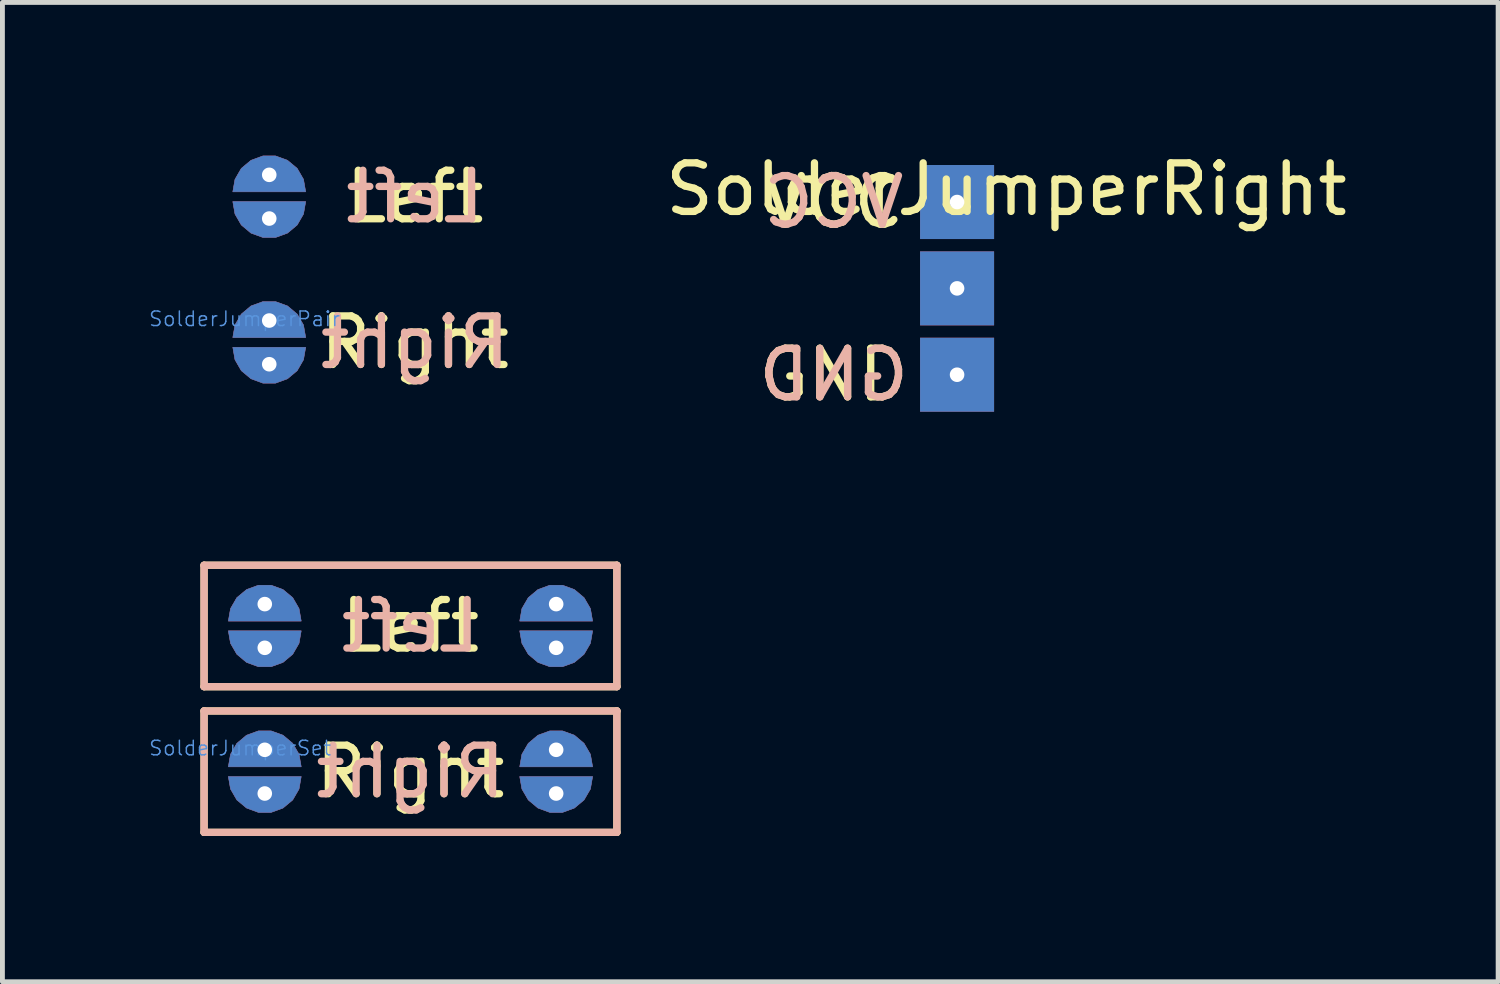
<source format=kicad_pcb>
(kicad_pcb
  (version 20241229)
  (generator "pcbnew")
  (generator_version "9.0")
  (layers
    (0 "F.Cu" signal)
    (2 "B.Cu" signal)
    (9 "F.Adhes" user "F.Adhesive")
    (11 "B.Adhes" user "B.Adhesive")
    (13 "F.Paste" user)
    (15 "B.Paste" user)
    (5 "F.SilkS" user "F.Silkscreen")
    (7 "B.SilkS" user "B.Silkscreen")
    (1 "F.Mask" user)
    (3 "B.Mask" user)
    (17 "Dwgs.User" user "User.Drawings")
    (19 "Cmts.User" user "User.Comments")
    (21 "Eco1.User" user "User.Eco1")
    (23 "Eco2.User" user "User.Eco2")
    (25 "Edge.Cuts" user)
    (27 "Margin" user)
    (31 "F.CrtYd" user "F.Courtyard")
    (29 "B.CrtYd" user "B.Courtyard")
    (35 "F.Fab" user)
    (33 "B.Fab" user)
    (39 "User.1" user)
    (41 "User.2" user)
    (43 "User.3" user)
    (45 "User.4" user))
  (footprint "SolderJumperPair"
    (layer "F.Cu")
    (at 2.494 2.5)
    (property "Reference" "SolderJumperPair" (at -0.508 1.016 0) (layer "Cmts.User") (effects (font (size 0.3 0.3) (thickness 0.03))))
    (attr through_hole)
    (fp_poly (pts (xy -0.75 -1.4) (xy -0.705 -1.143) (xy -0.575 -0.918) (xy -0.375 -0.75) (xy -0.13 -0.661) (xy 0.13 -0.661) (xy 0.375 -0.75) (xy 0.575 -0.918) (xy 0.705 -1.143) (xy 0.75 -1.4) (xy -0.75 -1.4)) (stroke (width 0.01) (type solid)) (fill yes) (layer "F.Cu"))
    (fp_poly (pts (xy -0.75 1.6) (xy -0.705 1.857) (xy -0.575 2.082) (xy -0.375 2.249) (xy -0.13 2.339) (xy 0.13 2.339) (xy 0.375 2.249) (xy 0.575 2.082) (xy 0.705 1.857) (xy 0.75 1.6) (xy -0.75 1.6)) (stroke (width 0.01) (type solid)) (fill yes) (layer "F.Cu"))
    (fp_poly (pts (xy 0.75 -1.6) (xy 0.705 -1.857) (xy 0.575 -2.082) (xy 0.375 -2.249) (xy 0.13 -2.339) (xy -0.13 -2.339) (xy -0.375 -2.249) (xy -0.575 -2.082) (xy -0.705 -1.857) (xy -0.75 -1.6) (xy 0.75 -1.6)) (stroke (width 0.01) (type solid)) (fill yes) (layer "F.Cu"))
    (fp_poly (pts (xy 0.75 1.4) (xy 0.705 1.143) (xy 0.575 0.918) (xy 0.375 0.75) (xy 0.13 0.661) (xy -0.13 0.661) (xy -0.375 0.75) (xy -0.575 0.918) (xy -0.705 1.143) (xy -0.75 1.4) (xy 0.75 1.4)) (stroke (width 0.01) (type solid)) (fill yes) (layer "F.Cu"))
    (fp_poly (pts (xy -0.75 -1.4) (xy -0.705 -1.143) (xy -0.575 -0.918) (xy -0.375 -0.75) (xy -0.13 -0.661) (xy 0.13 -0.661) (xy 0.375 -0.75) (xy 0.575 -0.918) (xy 0.705 -1.143) (xy 0.75 -1.4) (xy -0.75 -1.4)) (stroke (width 0.01) (type solid)) (fill yes) (layer "B.Cu"))
    (fp_poly (pts (xy -0.75 1.6) (xy -0.705 1.857) (xy -0.575 2.082) (xy -0.375 2.249) (xy -0.13 2.339) (xy 0.13 2.339) (xy 0.375 2.249) (xy 0.575 2.082) (xy 0.705 1.857) (xy 0.75 1.6) (xy -0.75 1.6)) (stroke (width 0.01) (type solid)) (fill yes) (layer "B.Cu"))
    (fp_poly (pts (xy 0.75 -1.6) (xy 0.705 -1.857) (xy 0.575 -2.082) (xy 0.375 -2.249) (xy 0.13 -2.339) (xy -0.13 -2.339) (xy -0.375 -2.249) (xy -0.575 -2.082) (xy -0.705 -1.857) (xy -0.75 -1.6) (xy 0.75 -1.6)) (stroke (width 0.01) (type solid)) (fill yes) (layer "B.Cu"))
    (fp_poly (pts (xy 0.75 1.4) (xy 0.705 1.143) (xy 0.575 0.918) (xy 0.375 0.75) (xy 0.13 0.661) (xy -0.13 0.661) (xy -0.375 0.75) (xy -0.575 0.918) (xy -0.705 1.143) (xy -0.75 1.4) (xy 0.75 1.4)) (stroke (width 0.01) (type solid)) (fill yes) (layer "B.Cu"))
    (fp_text user "Right" (at 3 1.5 0) (layer "F.SilkS") (effects (font (size 1 1) (thickness 0.15))))
    (fp_text user "Left" (at 3 -1.5 0) (layer "F.SilkS") (effects (font (size 1 1) (thickness 0.15))))
    (fp_text user "Left" (at 3 -1.5 0) (layer "B.SilkS") (effects (font (size 1 1) (thickness 0.15)) (justify mirror)))
    (fp_text user "Right" (at 3 1.5 0) (layer "B.SilkS") (effects (font (size 1 1) (thickness 0.15)) (justify mirror)))
    (pad "" smd circle (at 0 -1.5) (size 2 2) (layers "*.Mask"))
    (pad "" smd circle (at 0 1.5) (size 2 2) (layers "*.Mask"))
    (pad "1" thru_hole circle (at 0 -1.95) (size 0.4 0.4) (drill 0.3) (layers "*.Cu" "*.Mask"))
    (pad "2" thru_hole circle (at 0 -1.05) (size 0.4 0.4) (drill 0.3) (layers "*.Cu" "*.Mask"))
    (pad "2" thru_hole circle (at 0 1.05) (size 0.4 0.4) (drill 0.3) (layers "*.Cu" "*.Mask"))
    (pad "3" thru_hole circle (at 0 1.95) (size 0.4 0.4) (drill 0.3) (layers "*.Cu" "*.Mask")))
  (footprint "SolderJumperSet"
    (layer "F.Cu")
    (at 2.402 11.339)
    (property "Reference" "SolderJumperSet" (at -0.508 1.016 0) (layer "Cmts.User") (effects (font (size 0.3 0.3) (thickness 0.03))))
    (attr through_hole)
    (fp_poly (pts (xy -0.75 -1.4) (xy -0.705 -1.143) (xy -0.575 -0.918) (xy -0.375 -0.75) (xy -0.13 -0.661) (xy 0.13 -0.661) (xy 0.375 -0.75) (xy 0.575 -0.918) (xy 0.705 -1.143) (xy 0.75 -1.4) (xy -0.75 -1.4)) (stroke (width 0.01) (type solid)) (fill yes) (layer "F.Cu"))
    (fp_poly (pts (xy -0.75 1.6) (xy -0.705 1.857) (xy -0.575 2.082) (xy -0.375 2.249) (xy -0.13 2.339) (xy 0.13 2.339) (xy 0.375 2.249) (xy 0.575 2.082) (xy 0.705 1.857) (xy 0.75 1.6) (xy -0.75 1.6)) (stroke (width 0.01) (type solid)) (fill yes) (layer "F.Cu"))
    (fp_poly (pts (xy 0.75 -1.6) (xy 0.705 -1.857) (xy 0.575 -2.082) (xy 0.375 -2.249) (xy 0.13 -2.339) (xy -0.13 -2.339) (xy -0.375 -2.249) (xy -0.575 -2.082) (xy -0.705 -1.857) (xy -0.75 -1.6) (xy 0.75 -1.6)) (stroke (width 0.01) (type solid)) (fill yes) (layer "F.Cu"))
    (fp_poly (pts (xy 0.75 1.4) (xy 0.705 1.143) (xy 0.575 0.918) (xy 0.375 0.75) (xy 0.13 0.661) (xy -0.13 0.661) (xy -0.375 0.75) (xy -0.575 0.918) (xy -0.705 1.143) (xy -0.75 1.4) (xy 0.75 1.4)) (stroke (width 0.01) (type solid)) (fill yes) (layer "F.Cu"))
    (fp_poly (pts (xy 5.25 -1.4) (xy 5.295 -1.143) (xy 5.426 -0.918) (xy 5.625 -0.75) (xy 5.87 -0.661) (xy 6.13 -0.661) (xy 6.375 -0.75) (xy 6.574 -0.918) (xy 6.705 -1.143) (xy 6.75 -1.4) (xy 5.25 -1.4)) (stroke (width 0.01) (type solid)) (fill yes) (layer "F.Cu"))
    (fp_poly (pts (xy 5.25 1.6) (xy 5.295 1.857) (xy 5.426 2.082) (xy 5.625 2.249) (xy 5.87 2.339) (xy 6.13 2.339) (xy 6.375 2.249) (xy 6.574 2.082) (xy 6.705 1.857) (xy 6.75 1.6) (xy 5.25 1.6)) (stroke (width 0.01) (type solid)) (fill yes) (layer "F.Cu"))
    (fp_poly (pts (xy 6.75 -1.6) (xy 6.705 -1.857) (xy 6.574 -2.082) (xy 6.375 -2.249) (xy 6.13 -2.339) (xy 5.87 -2.339) (xy 5.625 -2.249) (xy 5.426 -2.082) (xy 5.295 -1.857) (xy 5.25 -1.6) (xy 6.75 -1.6)) (stroke (width 0.01) (type solid)) (fill yes) (layer "F.Cu"))
    (fp_poly (pts (xy 6.75 1.4) (xy 6.705 1.143) (xy 6.574 0.918) (xy 6.375 0.75) (xy 6.13 0.661) (xy 5.87 0.661) (xy 5.625 0.75) (xy 5.426 0.918) (xy 5.295 1.143) (xy 5.25 1.4) (xy 6.75 1.4)) (stroke (width 0.01) (type solid)) (fill yes) (layer "F.Cu"))
    (fp_poly (pts (xy -0.75 -1.4) (xy -0.705 -1.143) (xy -0.575 -0.918) (xy -0.375 -0.75) (xy -0.13 -0.661) (xy 0.13 -0.661) (xy 0.375 -0.75) (xy 0.575 -0.918) (xy 0.705 -1.143) (xy 0.75 -1.4) (xy -0.75 -1.4)) (stroke (width 0.01) (type solid)) (fill yes) (layer "B.Cu"))
    (fp_poly (pts (xy -0.75 1.6) (xy -0.705 1.857) (xy -0.575 2.082) (xy -0.375 2.249) (xy -0.13 2.339) (xy 0.13 2.339) (xy 0.375 2.249) (xy 0.575 2.082) (xy 0.705 1.857) (xy 0.75 1.6) (xy -0.75 1.6)) (stroke (width 0.01) (type solid)) (fill yes) (layer "B.Cu"))
    (fp_poly (pts (xy 0.75 -1.6) (xy 0.705 -1.857) (xy 0.575 -2.082) (xy 0.375 -2.249) (xy 0.13 -2.339) (xy -0.13 -2.339) (xy -0.375 -2.249) (xy -0.575 -2.082) (xy -0.705 -1.857) (xy -0.75 -1.6) (xy 0.75 -1.6)) (stroke (width 0.01) (type solid)) (fill yes) (layer "B.Cu"))
    (fp_poly (pts (xy 0.75 1.4) (xy 0.705 1.143) (xy 0.575 0.918) (xy 0.375 0.75) (xy 0.13 0.661) (xy -0.13 0.661) (xy -0.375 0.75) (xy -0.575 0.918) (xy -0.705 1.143) (xy -0.75 1.4) (xy 0.75 1.4)) (stroke (width 0.01) (type solid)) (fill yes) (layer "B.Cu"))
    (fp_poly (pts (xy 5.25 -1.4) (xy 5.295 -1.143) (xy 5.426 -0.918) (xy 5.625 -0.75) (xy 5.87 -0.661) (xy 6.13 -0.661) (xy 6.375 -0.75) (xy 6.574 -0.918) (xy 6.705 -1.143) (xy 6.75 -1.4) (xy 5.25 -1.4)) (stroke (width 0.01) (type solid)) (fill yes) (layer "B.Cu"))
    (fp_poly (pts (xy 5.25 1.6) (xy 5.295 1.857) (xy 5.426 2.082) (xy 5.625 2.249) (xy 5.87 2.339) (xy 6.13 2.339) (xy 6.375 2.249) (xy 6.574 2.082) (xy 6.705 1.857) (xy 6.75 1.6) (xy 5.25 1.6)) (stroke (width 0.01) (type solid)) (fill yes) (layer "B.Cu"))
    (fp_poly (pts (xy 6.75 -1.6) (xy 6.705 -1.857) (xy 6.574 -2.082) (xy 6.375 -2.249) (xy 6.13 -2.339) (xy 5.87 -2.339) (xy 5.625 -2.249) (xy 5.426 -2.082) (xy 5.295 -1.857) (xy 5.25 -1.6) (xy 6.75 -1.6)) (stroke (width 0.01) (type solid)) (fill yes) (layer "B.Cu"))
    (fp_poly (pts (xy 6.75 1.4) (xy 6.705 1.143) (xy 6.574 0.918) (xy 6.375 0.75) (xy 6.13 0.661) (xy 5.87 0.661) (xy 5.625 0.75) (xy 5.426 0.918) (xy 5.295 1.143) (xy 5.25 1.4) (xy 6.75 1.4)) (stroke (width 0.01) (type solid)) (fill yes) (layer "B.Cu"))
    (fp_line (start -1.25 -2.75) (end 7.25 -2.75) (stroke (width 0.15) (type solid)) (layer "F.SilkS"))
    (fp_line (start -1.25 -0.25) (end -1.25 -2.75) (stroke (width 0.15) (type solid)) (layer "F.SilkS"))
    (fp_line (start -1.25 0.25) (end -1.25 2.75) (stroke (width 0.15) (type solid)) (layer "F.SilkS"))
    (fp_line (start -1.25 2.75) (end 7.25 2.75) (stroke (width 0.15) (type solid)) (layer "F.SilkS"))
    (fp_line (start 7.25 -2.75) (end 7.25 -0.25) (stroke (width 0.15) (type solid)) (layer "F.SilkS"))
    (fp_line (start 7.25 -0.25) (end -1.25 -0.25) (stroke (width 0.15) (type solid)) (layer "F.SilkS"))
    (fp_line (start 7.25 0.25) (end -1.25 0.25) (stroke (width 0.15) (type solid)) (layer "F.SilkS"))
    (fp_line (start 7.25 2.75) (end 7.25 0.25) (stroke (width 0.15) (type solid)) (layer "F.SilkS"))
    (fp_line (start -1.25 -2.75) (end 7.25 -2.75) (stroke (width 0.15) (type solid)) (layer "B.SilkS"))
    (fp_line (start -1.25 -0.25) (end -1.25 -2.75) (stroke (width 0.15) (type solid)) (layer "B.SilkS"))
    (fp_line (start -1.25 0.25) (end -1.25 2.75) (stroke (width 0.15) (type solid)) (layer "B.SilkS"))
    (fp_line (start -1.25 2.75) (end 7.25 2.75) (stroke (width 0.15) (type solid)) (layer "B.SilkS"))
    (fp_line (start 7.25 -2.75) (end 7.25 -0.25) (stroke (width 0.15) (type solid)) (layer "B.SilkS"))
    (fp_line (start 7.25 -0.25) (end -1.25 -0.25) (stroke (width 0.15) (type solid)) (layer "B.SilkS"))
    (fp_line (start 7.25 0.25) (end -1.25 0.25) (stroke (width 0.15) (type solid)) (layer "B.SilkS"))
    (fp_line (start 7.25 2.75) (end 7.25 0.25) (stroke (width 0.15) (type solid)) (layer "B.SilkS"))
    (fp_text user "Left" (at 3 -1.5 0) (layer "F.SilkS") (effects (font (size 1 1) (thickness 0.15))))
    (fp_text user "Right" (at 3 1.5 0) (layer "F.SilkS") (effects (font (size 1 1) (thickness 0.15))))
    (fp_text user "Right" (at 3 1.5 0) (layer "B.SilkS") (effects (font (size 1 1) (thickness 0.15)) (justify mirror)))
    (fp_text user "Left" (at 3 -1.5 0) (layer "B.SilkS") (effects (font (size 1 1) (thickness 0.15)) (justify mirror)))
    (pad "" smd circle (at 0 -1.5) (size 2 2) (layers "*.Mask"))
    (pad "" smd circle (at 0 1.5) (size 2 2) (layers "*.Mask"))
    (pad "" smd circle (at 6 -1.5) (size 2 2) (layers "*.Mask"))
    (pad "" smd circle (at 6 1.5) (size 2 2) (layers "*.Mask"))
    (pad "1" thru_hole circle (at 0 -1.95) (size 0.4 0.4) (drill 0.3) (layers "*.Cu" "*.Mask"))
    (pad "2" thru_hole circle (at 0 -1.05) (size 0.4 0.4) (drill 0.3) (layers "*.Cu" "*.Mask"))
    (pad "2" thru_hole circle (at 0 1.05) (size 0.4 0.4) (drill 0.3) (layers "*.Cu" "*.Mask"))
    (pad "3" thru_hole circle (at 0 1.95) (size 0.4 0.4) (drill 0.3) (layers "*.Cu" "*.Mask"))
    (pad "4" thru_hole circle (at 6 -1.95) (size 0.4 0.4) (drill 0.3) (layers "*.Cu" "*.Mask"))
    (pad "5" thru_hole circle (at 6 -1.05) (size 0.4 0.4) (drill 0.3) (layers "*.Cu" "*.Mask"))
    (pad "5" thru_hole circle (at 6 1.05) (size 0.4 0.4) (drill 0.3) (layers "*.Cu" "*.Mask"))
    (pad "6" thru_hole circle (at 6 1.95) (size 0.4 0.4) (drill 0.3) (layers "*.Cu" "*.Mask")))
  (footprint "SolderJumperRight"
    (layer "F.Cu")
    (at 16.657 2.888)
    (property "Reference" "SolderJumperRight" (at 1.016 -2.04 0) (layer "F.SilkS") (effects (font (size 1 1) (thickness 0.15))))
    (attr through_hole)
    (fp_text user "VCC" (at -2.54 -1.778 0) (layer "F.SilkS") (effects (font (size 1 1) (thickness 0.15))))
    (fp_text user "GND" (at -2.54 1.778 0) (layer "F.SilkS") (effects (font (size 1 1) (thickness 0.15))))
    (fp_text user "GND" (at -2.54 1.778 0) (layer "B.SilkS") (effects (font (size 1 1) (thickness 0.15)) (justify mirror)))
    (fp_text user "VCC" (at -2.54 -1.778 0) (layer "B.SilkS") (effects (font (size 1 1) (thickness 0.15)) (justify mirror)))
    (pad "1" thru_hole rect (at 0 -1.778) (size 1.524 1.524) (drill 0.3) (layers "*.Cu" "*.Mask"))
    (pad "2" thru_hole rect (at 0 0) (size 1.524 1.524) (drill 0.3) (layers "*.Cu" "*.Mask"))
    (pad "3" thru_hole rect (at 0 1.778) (size 1.524 1.524) (drill 0.3) (layers "*.Cu" "*.Mask")))
  (gr_rect
    (start -3 -3)
    (end 27.798 17.165)
    (stroke (width 0.1) (type default))
    (fill no)
    (layer "Edge.Cuts")))
</source>
